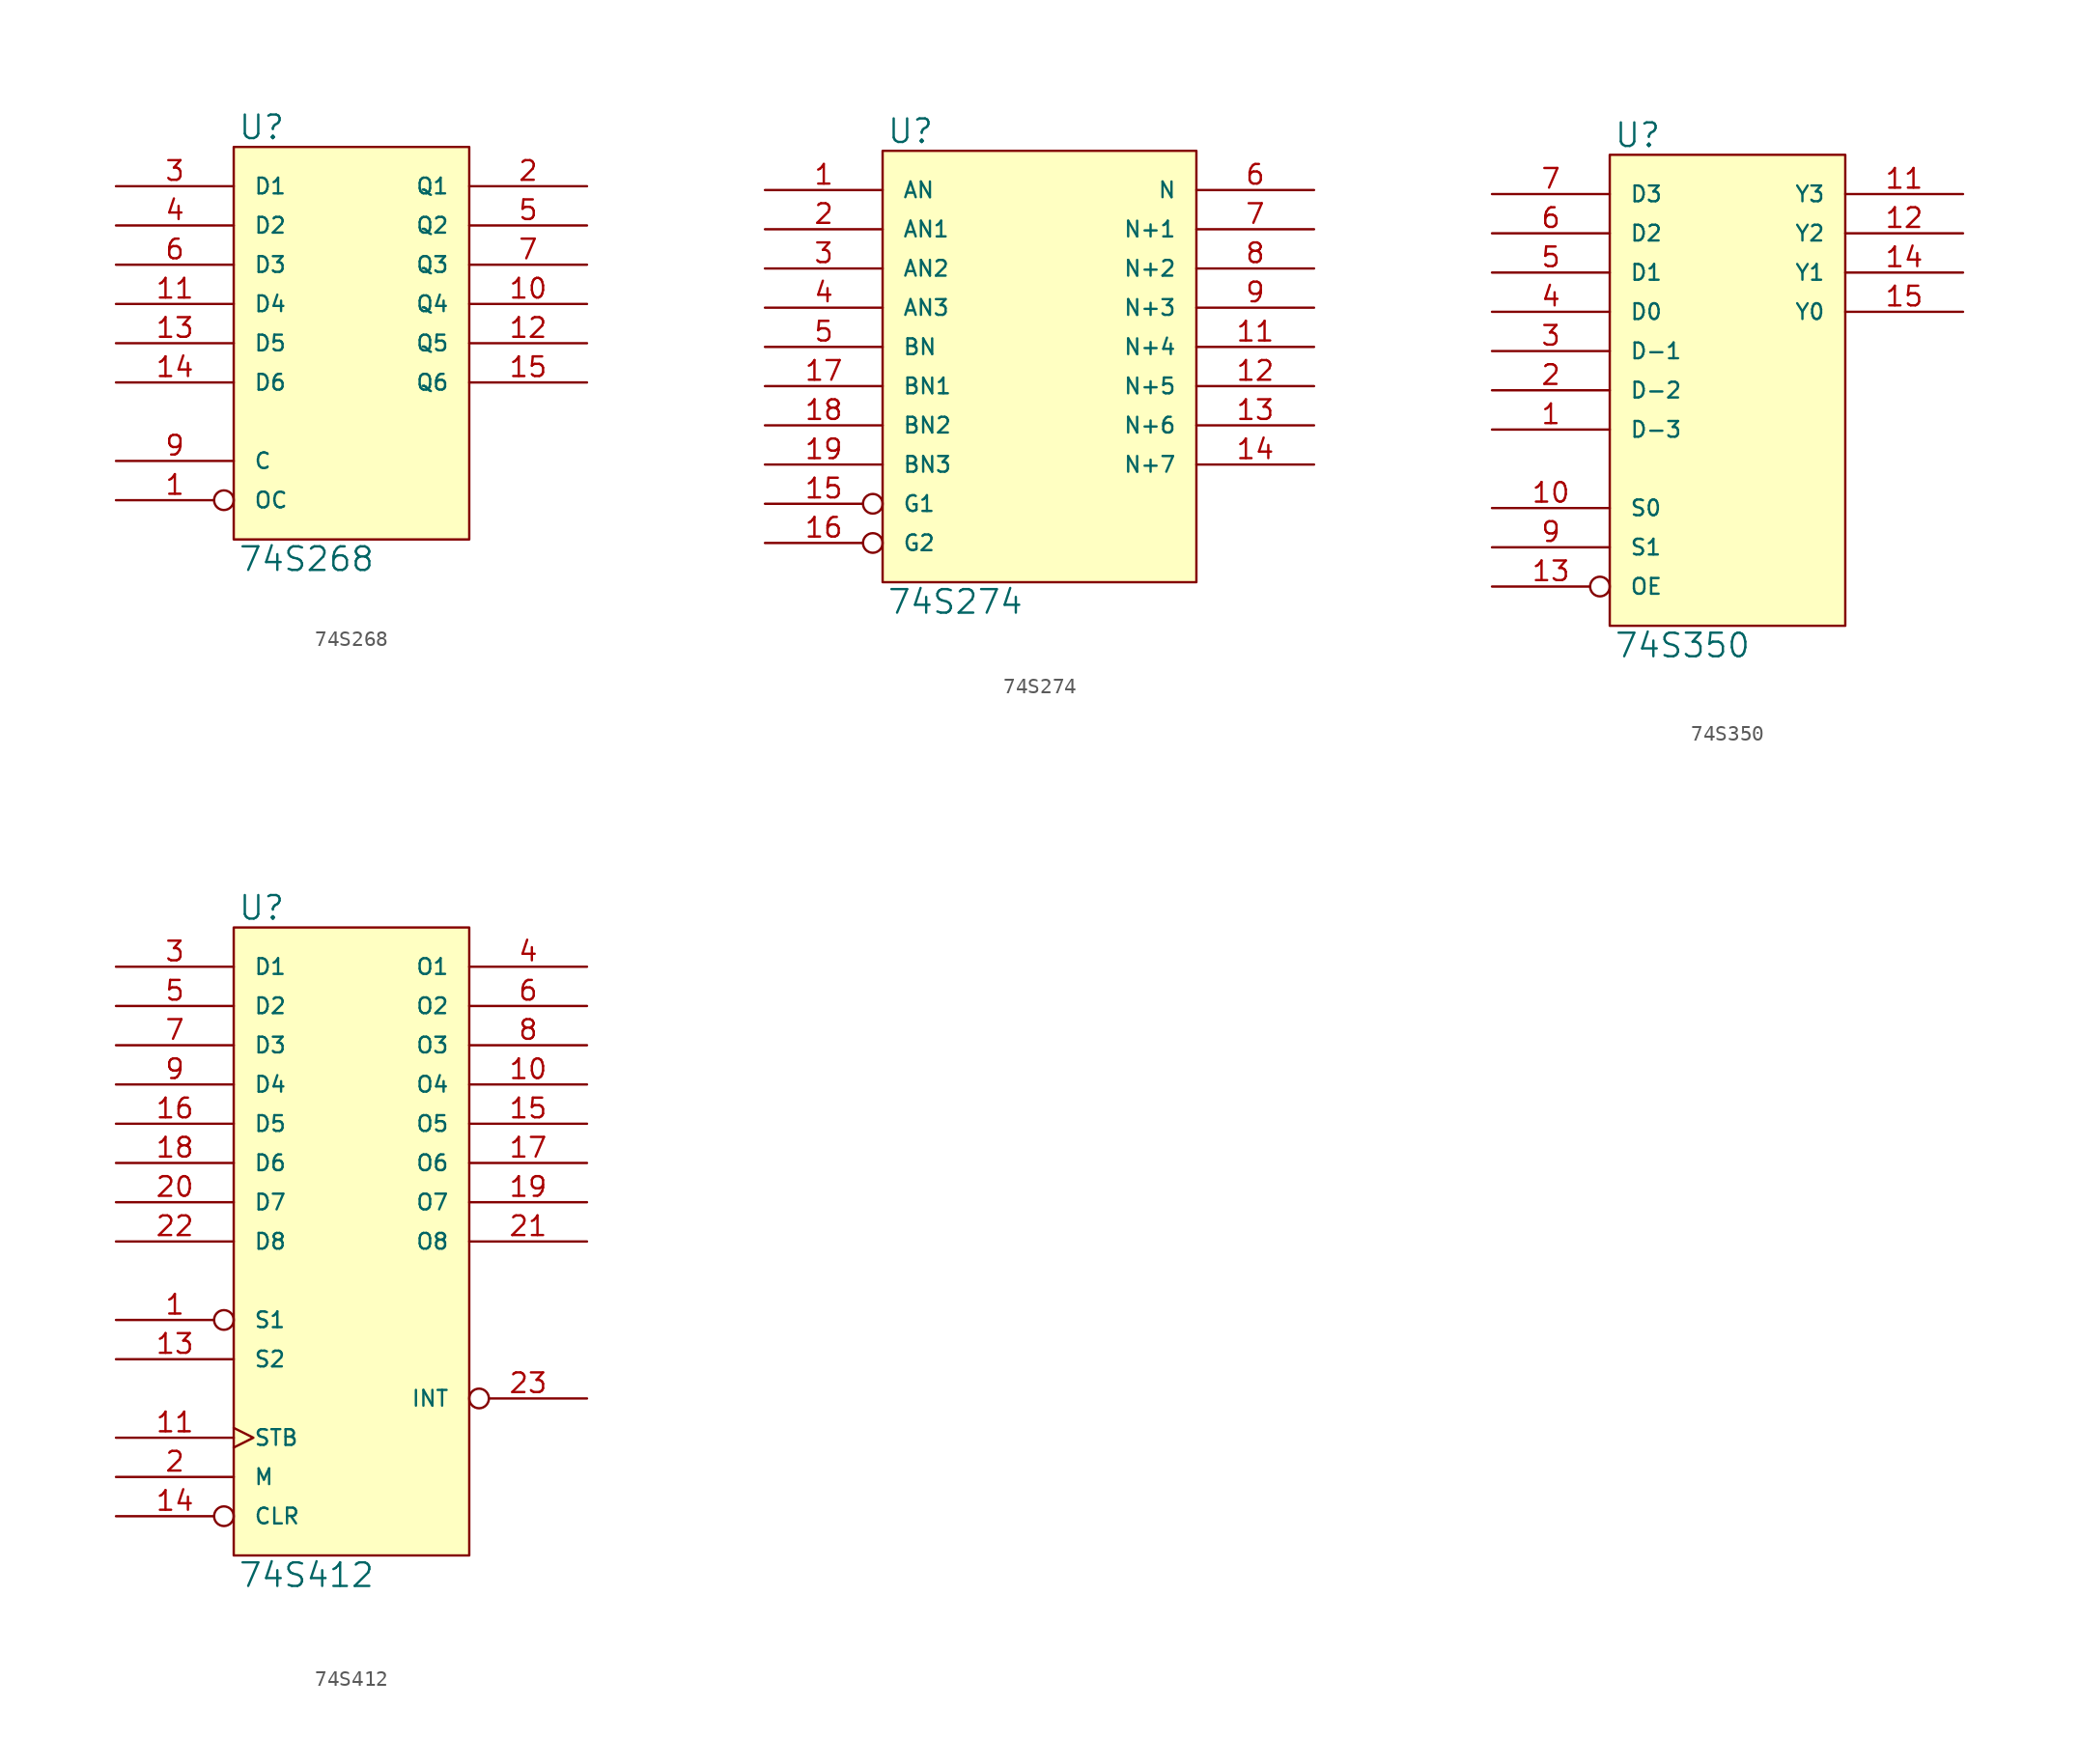
<source format=kicad_sym>
(kicad_symbol_lib
  (version 20231120)
  (generator "kicad_symbol_editor")
  (generator_version "8.0")
  (symbol "74S268"
    (pin_names
      (offset 1.27))
    (property "Reference" "U"
      (at 0.254 0.381 0)
      (effects (font (size 1.524 1.524)) (justify left bottom)))
    (property "Value" "74S268"
      (at 0.254 -25.781 0)
      (effects (font (size 1.524 1.524)) (justify left top)))
    (symbol "74S268_0_1"
      (rectangle (start 0 0) (end 15.24 -25.4) (stroke (width 0) (type solid)) (fill (type background))))
    (symbol "74S268_1_1"
      (pin input inverted (at -7.62 -22.86 0) (length 7.62) (name "OC" (effects (font (size 1.016 1.016)))) (number "1" (effects (font (size 1.27 1.27)))))
      (pin tri_state line (at 22.86 -10.16 180) (length 7.62) (name "Q4" (effects (font (size 1.016 1.016)))) (number "10" (effects (font (size 1.27 1.27)))))
      (pin input line (at -7.62 -10.16 0) (length 7.62) (name "D4" (effects (font (size 1.016 1.016)))) (number "11" (effects (font (size 1.27 1.27)))))
      (pin tri_state line (at 22.86 -12.7 180) (length 7.62) (name "Q5" (effects (font (size 1.016 1.016)))) (number "12" (effects (font (size 1.27 1.27)))))
      (pin input line (at -7.62 -12.7 0) (length 7.62) (name "D5" (effects (font (size 1.016 1.016)))) (number "13" (effects (font (size 1.27 1.27)))))
      (pin input line (at -7.62 -15.24 0) (length 7.62) (name "D6" (effects (font (size 1.016 1.016)))) (number "14" (effects (font (size 1.27 1.27)))))
      (pin tri_state line (at 22.86 -15.24 180) (length 7.62) (name "Q6" (effects (font (size 1.016 1.016)))) (number "15" (effects (font (size 1.27 1.27)))))
      (pin power_in line (at 0 0 270) (length 0) hide (name "VCC" (effects (font (size 1.016 1.016)))) (number "16" (effects (font (size 1.27 1.27)))))
      (pin tri_state line (at 22.86 -2.54 180) (length 7.62) (name "Q1" (effects (font (size 1.016 1.016)))) (number "2" (effects (font (size 1.27 1.27)))))
      (pin input line (at -7.62 -2.54 0) (length 7.62) (name "D1" (effects (font (size 1.016 1.016)))) (number "3" (effects (font (size 1.27 1.27)))))
      (pin input line (at -7.62 -5.08 0) (length 7.62) (name "D2" (effects (font (size 1.016 1.016)))) (number "4" (effects (font (size 1.27 1.27)))))
      (pin tri_state line (at 22.86 -5.08 180) (length 7.62) (name "Q2" (effects (font (size 1.016 1.016)))) (number "5" (effects (font (size 1.27 1.27)))))
      (pin input line (at -7.62 -7.62 0) (length 7.62) (name "D3" (effects (font (size 1.016 1.016)))) (number "6" (effects (font (size 1.27 1.27)))))
      (pin tri_state line (at 22.86 -7.62 180) (length 7.62) (name "Q3" (effects (font (size 1.016 1.016)))) (number "7" (effects (font (size 1.27 1.27)))))
      (pin power_in line (at 0 -25.4 90) (length 0) hide (name "GND" (effects (font (size 1.016 1.016)))) (number "8" (effects (font (size 1.27 1.27)))))
      (pin input line (at -7.62 -20.32 0) (length 7.62) (name "C" (effects (font (size 1.016 1.016)))) (number "9" (effects (font (size 1.27 1.27)))))))
  (symbol "74S274"
    (pin_names
      (offset 1.27))
    (property "Reference" "U"
      (at 0.254 0.381 0)
      (effects (font (size 1.524 1.524)) (justify left bottom)))
    (property "Value" "74S274"
      (at 0.254 -28.321 0)
      (effects (font (size 1.524 1.524)) (justify left top)))
    (symbol "74S274_0_1"
      (rectangle (start 0 0) (end 20.32 -27.94) (stroke (width 0) (type solid)) (fill (type background))))
    (symbol "74S274_1_1"
      (pin input line (at -7.62 -2.54 0) (length 7.62) (name "AN" (effects (font (size 1.016 1.016)))) (number "1" (effects (font (size 1.27 1.27)))))
      (pin power_in line (at 0 -27.94 90) (length 0) hide (name "GND" (effects (font (size 1.016 1.016)))) (number "10" (effects (font (size 1.27 1.27)))))
      (pin output line (at 27.94 -12.7 180) (length 7.62) (name "N+4" (effects (font (size 1.016 1.016)))) (number "11" (effects (font (size 1.27 1.27)))))
      (pin output line (at 27.94 -15.24 180) (length 7.62) (name "N+5" (effects (font (size 1.016 1.016)))) (number "12" (effects (font (size 1.27 1.27)))))
      (pin output line (at 27.94 -17.78 180) (length 7.62) (name "N+6" (effects (font (size 1.016 1.016)))) (number "13" (effects (font (size 1.27 1.27)))))
      (pin output line (at 27.94 -20.32 180) (length 7.62) (name "N+7" (effects (font (size 1.016 1.016)))) (number "14" (effects (font (size 1.27 1.27)))))
      (pin input inverted (at -7.62 -22.86 0) (length 7.62) (name "G1" (effects (font (size 1.016 1.016)))) (number "15" (effects (font (size 1.27 1.27)))))
      (pin input inverted (at -7.62 -25.4 0) (length 7.62) (name "G2" (effects (font (size 1.016 1.016)))) (number "16" (effects (font (size 1.27 1.27)))))
      (pin input line (at -7.62 -15.24 0) (length 7.62) (name "BN1" (effects (font (size 1.016 1.016)))) (number "17" (effects (font (size 1.27 1.27)))))
      (pin input line (at -7.62 -17.78 0) (length 7.62) (name "BN2" (effects (font (size 1.016 1.016)))) (number "18" (effects (font (size 1.27 1.27)))))
      (pin input line (at -7.62 -20.32 0) (length 7.62) (name "BN3" (effects (font (size 1.016 1.016)))) (number "19" (effects (font (size 1.27 1.27)))))
      (pin input line (at -7.62 -5.08 0) (length 7.62) (name "AN1" (effects (font (size 1.016 1.016)))) (number "2" (effects (font (size 1.27 1.27)))))
      (pin power_in line (at 0 0 270) (length 0) hide (name "VCC" (effects (font (size 1.016 1.016)))) (number "20" (effects (font (size 1.27 1.27)))))
      (pin input line (at -7.62 -7.62 0) (length 7.62) (name "AN2" (effects (font (size 1.016 1.016)))) (number "3" (effects (font (size 1.27 1.27)))))
      (pin input line (at -7.62 -10.16 0) (length 7.62) (name "AN3" (effects (font (size 1.016 1.016)))) (number "4" (effects (font (size 1.27 1.27)))))
      (pin input line (at -7.62 -12.7 0) (length 7.62) (name "BN" (effects (font (size 1.016 1.016)))) (number "5" (effects (font (size 1.27 1.27)))))
      (pin output line (at 27.94 -2.54 180) (length 7.62) (name "N" (effects (font (size 1.016 1.016)))) (number "6" (effects (font (size 1.27 1.27)))))
      (pin output line (at 27.94 -5.08 180) (length 7.62) (name "N+1" (effects (font (size 1.016 1.016)))) (number "7" (effects (font (size 1.27 1.27)))))
      (pin output line (at 27.94 -7.62 180) (length 7.62) (name "N+2" (effects (font (size 1.016 1.016)))) (number "8" (effects (font (size 1.27 1.27)))))
      (pin output line (at 27.94 -10.16 180) (length 7.62) (name "N+3" (effects (font (size 1.016 1.016)))) (number "9" (effects (font (size 1.27 1.27)))))))
  (symbol "74S350"
    (pin_names
      (offset 1.27))
    (property "Reference" "U"
      (at 0.254 0.381 0)
      (effects (font (size 1.524 1.524)) (justify left bottom)))
    (property "Value" "74S350"
      (at 0.254 -30.861 0)
      (effects (font (size 1.524 1.524)) (justify left top)))
    (symbol "74S350_0_1"
      (rectangle (start 0 0) (end 15.24 -30.48) (stroke (width 0) (type solid)) (fill (type background))))
    (symbol "74S350_1_1"
      (pin input line (at -7.62 -17.78 0) (length 7.62) (name "D-3" (effects (font (size 1.016 1.016)))) (number "1" (effects (font (size 1.27 1.27)))))
      (pin input line (at -7.62 -22.86 0) (length 7.62) (name "S0" (effects (font (size 1.016 1.016)))) (number "10" (effects (font (size 1.27 1.27)))))
      (pin tri_state line (at 22.86 -2.54 180) (length 7.62) (name "Y3" (effects (font (size 1.016 1.016)))) (number "11" (effects (font (size 1.27 1.27)))))
      (pin tri_state line (at 22.86 -5.08 180) (length 7.62) (name "Y2" (effects (font (size 1.016 1.016)))) (number "12" (effects (font (size 1.27 1.27)))))
      (pin input inverted (at -7.62 -27.94 0) (length 7.62) (name "OE" (effects (font (size 1.016 1.016)))) (number "13" (effects (font (size 1.27 1.27)))))
      (pin tri_state line (at 22.86 -7.62 180) (length 7.62) (name "Y1" (effects (font (size 1.016 1.016)))) (number "14" (effects (font (size 1.27 1.27)))))
      (pin tri_state line (at 22.86 -10.16 180) (length 7.62) (name "Y0" (effects (font (size 1.016 1.016)))) (number "15" (effects (font (size 1.27 1.27)))))
      (pin power_in line (at 0 0 270) (length 0) hide (name "VCC" (effects (font (size 1.016 1.016)))) (number "16" (effects (font (size 1.27 1.27)))))
      (pin input line (at -7.62 -15.24 0) (length 7.62) (name "D-2" (effects (font (size 1.016 1.016)))) (number "2" (effects (font (size 1.27 1.27)))))
      (pin input line (at -7.62 -12.7 0) (length 7.62) (name "D-1" (effects (font (size 1.016 1.016)))) (number "3" (effects (font (size 1.27 1.27)))))
      (pin input line (at -7.62 -10.16 0) (length 7.62) (name "D0" (effects (font (size 1.016 1.016)))) (number "4" (effects (font (size 1.27 1.27)))))
      (pin input line (at -7.62 -7.62 0) (length 7.62) (name "D1" (effects (font (size 1.016 1.016)))) (number "5" (effects (font (size 1.27 1.27)))))
      (pin input line (at -7.62 -5.08 0) (length 7.62) (name "D2" (effects (font (size 1.016 1.016)))) (number "6" (effects (font (size 1.27 1.27)))))
      (pin input line (at -7.62 -2.54 0) (length 7.62) (name "D3" (effects (font (size 1.016 1.016)))) (number "7" (effects (font (size 1.27 1.27)))))
      (pin power_in line (at 0 -30.48 90) (length 0) hide (name "GND" (effects (font (size 1.016 1.016)))) (number "8" (effects (font (size 1.27 1.27)))))
      (pin input line (at -7.62 -25.4 0) (length 7.62) (name "S1" (effects (font (size 1.016 1.016)))) (number "9" (effects (font (size 1.27 1.27)))))))
  (symbol "74S412"
    (pin_names
      (offset 1.27))
    (property "Reference" "U"
      (at 0.254 0.381 0)
      (effects (font (size 1.524 1.524)) (justify left bottom)))
    (property "Value" "74S412"
      (at 0.254 -41.021 0)
      (effects (font (size 1.524 1.524)) (justify left top)))
    (symbol "74S412_0_1"
      (rectangle (start 0 0) (end 15.24 -40.64) (stroke (width 0) (type solid)) (fill (type background))))
    (symbol "74S412_1_1"
      (pin input inverted (at -7.62 -25.4 0) (length 7.62) (name "S1" (effects (font (size 1.016 1.016)))) (number "1" (effects (font (size 1.27 1.27)))))
      (pin tri_state line (at 22.86 -10.16 180) (length 7.62) (name "O4" (effects (font (size 1.016 1.016)))) (number "10" (effects (font (size 1.27 1.27)))))
      (pin input clock (at -7.62 -33.02 0) (length 7.62) (name "STB" (effects (font (size 1.016 1.016)))) (number "11" (effects (font (size 1.27 1.27)))))
      (pin power_in line (at 0 -40.64 90) (length 0) hide (name "GND" (effects (font (size 1.016 1.016)))) (number "12" (effects (font (size 1.27 1.27)))))
      (pin input line (at -7.62 -27.94 0) (length 7.62) (name "S2" (effects (font (size 1.016 1.016)))) (number "13" (effects (font (size 1.27 1.27)))))
      (pin input inverted (at -7.62 -38.1 0) (length 7.62) (name "CLR" (effects (font (size 1.016 1.016)))) (number "14" (effects (font (size 1.27 1.27)))))
      (pin tri_state line (at 22.86 -12.7 180) (length 7.62) (name "O5" (effects (font (size 1.016 1.016)))) (number "15" (effects (font (size 1.27 1.27)))))
      (pin input line (at -7.62 -12.7 0) (length 7.62) (name "D5" (effects (font (size 1.016 1.016)))) (number "16" (effects (font (size 1.27 1.27)))))
      (pin tri_state line (at 22.86 -15.24 180) (length 7.62) (name "O6" (effects (font (size 1.016 1.016)))) (number "17" (effects (font (size 1.27 1.27)))))
      (pin input line (at -7.62 -15.24 0) (length 7.62) (name "D6" (effects (font (size 1.016 1.016)))) (number "18" (effects (font (size 1.27 1.27)))))
      (pin tri_state line (at 22.86 -17.78 180) (length 7.62) (name "O7" (effects (font (size 1.016 1.016)))) (number "19" (effects (font (size 1.27 1.27)))))
      (pin input line (at -7.62 -35.56 0) (length 7.62) (name "M" (effects (font (size 1.016 1.016)))) (number "2" (effects (font (size 1.27 1.27)))))
      (pin input line (at -7.62 -17.78 0) (length 7.62) (name "D7" (effects (font (size 1.016 1.016)))) (number "20" (effects (font (size 1.27 1.27)))))
      (pin tri_state line (at 22.86 -20.32 180) (length 7.62) (name "O8" (effects (font (size 1.016 1.016)))) (number "21" (effects (font (size 1.27 1.27)))))
      (pin input line (at -7.62 -20.32 0) (length 7.62) (name "D8" (effects (font (size 1.016 1.016)))) (number "22" (effects (font (size 1.27 1.27)))))
      (pin output inverted (at 22.86 -30.48 180) (length 7.62) (name "INT" (effects (font (size 1.016 1.016)))) (number "23" (effects (font (size 1.27 1.27)))))
      (pin power_in line (at 0 0 270) (length 0) hide (name "VCC" (effects (font (size 1.016 1.016)))) (number "24" (effects (font (size 1.27 1.27)))))
      (pin input line (at -7.62 -2.54 0) (length 7.62) (name "D1" (effects (font (size 1.016 1.016)))) (number "3" (effects (font (size 1.27 1.27)))))
      (pin tri_state line (at 22.86 -2.54 180) (length 7.62) (name "O1" (effects (font (size 1.016 1.016)))) (number "4" (effects (font (size 1.27 1.27)))))
      (pin input line (at -7.62 -5.08 0) (length 7.62) (name "D2" (effects (font (size 1.016 1.016)))) (number "5" (effects (font (size 1.27 1.27)))))
      (pin tri_state line (at 22.86 -5.08 180) (length 7.62) (name "O2" (effects (font (size 1.016 1.016)))) (number "6" (effects (font (size 1.27 1.27)))))
      (pin input line (at -7.62 -7.62 0) (length 7.62) (name "D3" (effects (font (size 1.016 1.016)))) (number "7" (effects (font (size 1.27 1.27)))))
      (pin tri_state line (at 22.86 -7.62 180) (length 7.62) (name "O3" (effects (font (size 1.016 1.016)))) (number "8" (effects (font (size 1.27 1.27)))))
      (pin input line (at -7.62 -10.16 0) (length 7.62) (name "D4" (effects (font (size 1.016 1.016)))) (number "9" (effects (font (size 1.27 1.27))))))))
</source>
